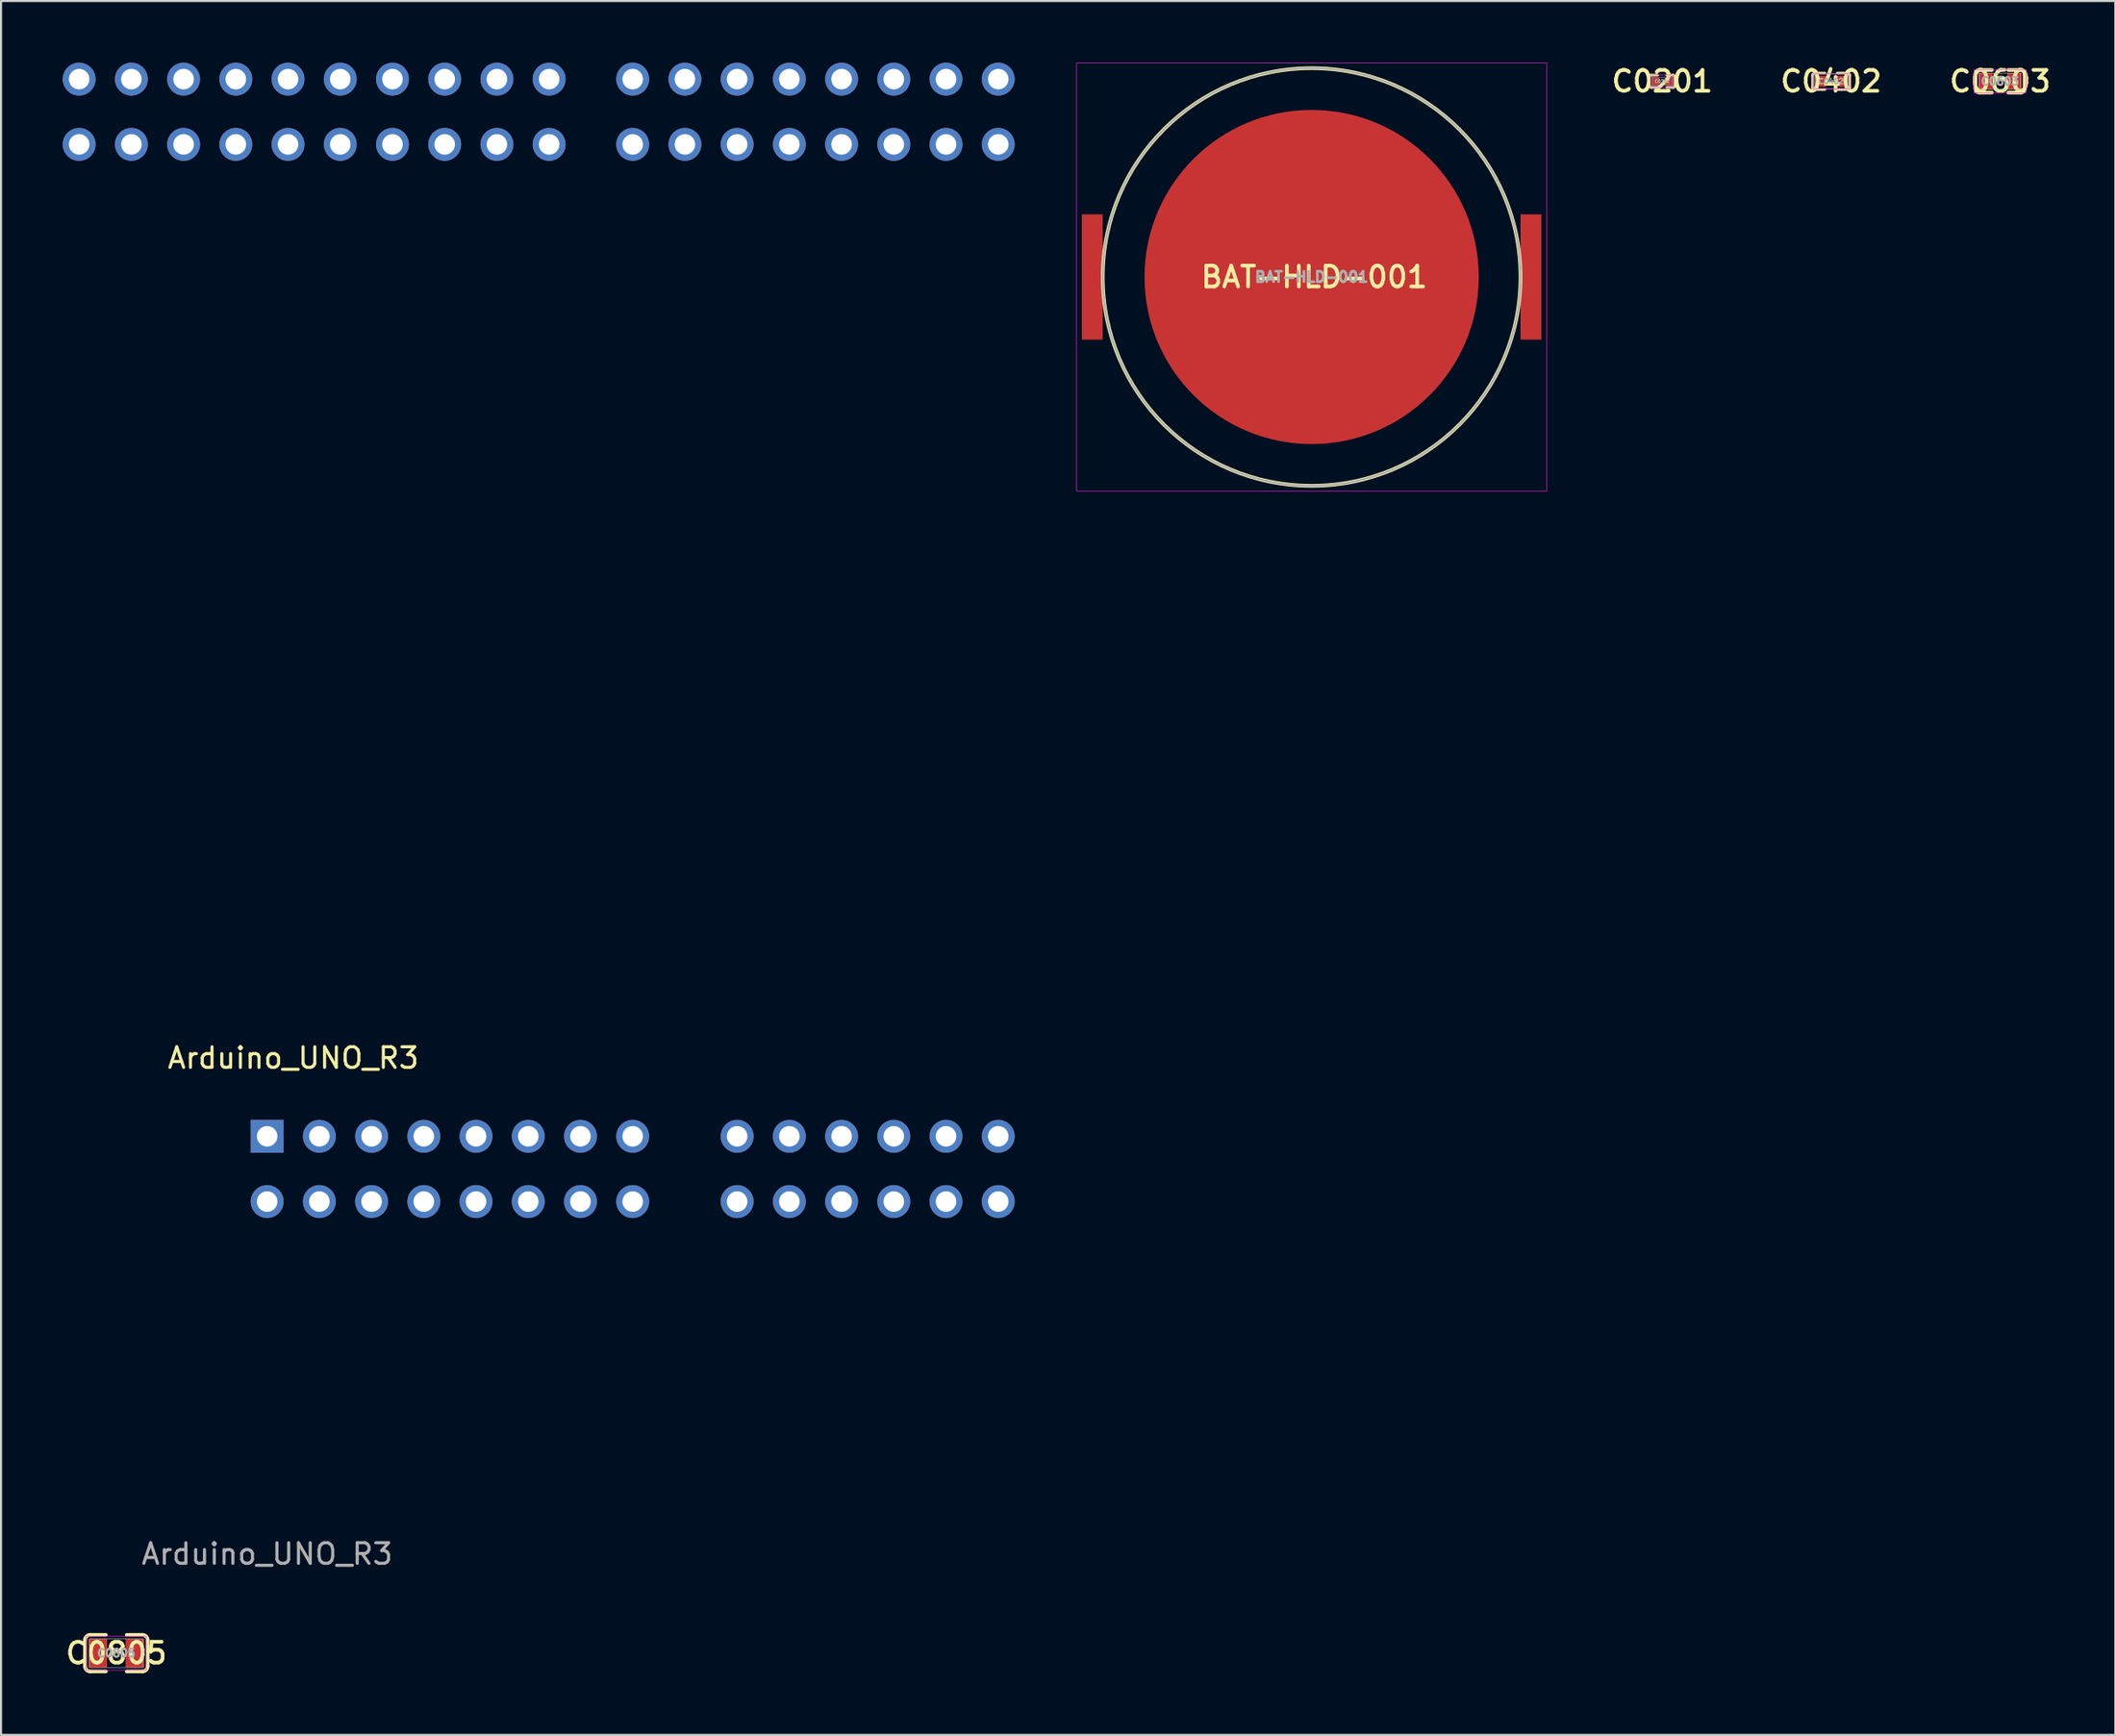
<source format=kicad_pcb>
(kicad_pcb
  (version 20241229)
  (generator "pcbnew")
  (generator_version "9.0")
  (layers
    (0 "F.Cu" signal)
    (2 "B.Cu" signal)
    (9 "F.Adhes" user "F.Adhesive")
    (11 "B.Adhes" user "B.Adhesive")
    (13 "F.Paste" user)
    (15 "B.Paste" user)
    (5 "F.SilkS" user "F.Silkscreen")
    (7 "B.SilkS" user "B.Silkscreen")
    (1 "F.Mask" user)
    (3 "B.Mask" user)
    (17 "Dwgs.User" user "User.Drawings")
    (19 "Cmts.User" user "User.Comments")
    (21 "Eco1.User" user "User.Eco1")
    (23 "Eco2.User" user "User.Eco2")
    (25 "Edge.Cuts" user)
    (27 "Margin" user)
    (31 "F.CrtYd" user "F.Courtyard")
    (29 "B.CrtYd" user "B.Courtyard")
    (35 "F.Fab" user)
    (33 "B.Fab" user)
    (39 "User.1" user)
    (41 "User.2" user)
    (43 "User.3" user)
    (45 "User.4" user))
  (footprint "C0402"
    (layer "F.Cu")
    (at 86.014 0.906)
    (property "Reference" "C0402" (at 0 0 0) (layer "F.SilkS") (effects (font (size 1.016 1.016) (thickness 0.178))))
    (attr smd)
    (fp_line (start -0.9 0.3) (end -0.9 -0.3) (stroke (width 0.127) (type solid)) (layer "F.SilkS"))
    (fp_line (start -0.8 0.4) (end -0.3 0.4) (stroke (width 0.127) (type solid)) (layer "F.SilkS"))
    (fp_line (start -0.3 -0.4) (end -0.8 -0.4) (stroke (width 0.127) (type solid)) (layer "F.SilkS"))
    (fp_line (start 0.3 -0.4) (end 0.8 -0.4) (stroke (width 0.127) (type solid)) (layer "F.SilkS"))
    (fp_line (start 0.3 0.4) (end 0.8 0.4) (stroke (width 0.127) (type solid)) (layer "F.SilkS"))
    (fp_line (start 0.9 -0.3) (end 0.9 0.3) (stroke (width 0.127) (type solid)) (layer "F.SilkS"))
    (fp_arc (start -0.9 -0.3) (mid -0.870711 -0.370711) (end -0.8 -0.4) (stroke (width 0.127) (type solid)) (layer "F.SilkS"))
    (fp_arc (start -0.8 0.4) (mid -0.870711 0.370711) (end -0.9 0.3) (stroke (width 0.127) (type solid)) (layer "F.SilkS"))
    (fp_arc (start 0.8 -0.4) (mid 0.870711 -0.370711) (end 0.9 -0.3) (stroke (width 0.127) (type solid)) (layer "F.SilkS"))
    (fp_arc (start 0.9 0.3) (mid 0.870711 0.370711) (end 0.8 0.4) (stroke (width 0.127) (type solid)) (layer "F.SilkS"))
    (fp_rect (start -0.889 -0.381) (end 0.889 0.381) (stroke (width 0.025) (type solid)) (fill no) (layer "F.CrtYd"))
    (fp_rect (start -0.8 -0.35) (end 0.8 0.35) (stroke (width 0.025) (type solid)) (fill no) (layer "F.Fab"))
    (fp_text user "${REFERENCE}" (at 0 0 0) (layer "F.Fab") (effects (font (size 0.254 0.254) (thickness 0.064) (bold yes))))
    (pad "1" smd rect (at -0.5 0) (size 0.54 0.54) (layers "F.Cu" "F.Mask" "F.Paste"))
    (pad "2" smd rect (at 0.5 0) (size 0.54 0.54) (layers "F.Cu" "F.Mask" "F.Paste")))
  (footprint "C0201"
    (layer "F.Cu")
    (at 77.798 0.906)
    (property "Reference" "C0201" (at 0 0 0) (layer "F.SilkS") (effects (font (size 1.016 1.016) (thickness 0.178))))
    (attr smd)
    (fp_line (start -0.625 -0.2) (end -0.625 0.2) (stroke (width 0.127) (type solid)) (layer "F.SilkS"))
    (fp_line (start -0.225 -0.3) (end -0.525 -0.3) (stroke (width 0.127) (type solid)) (layer "F.SilkS"))
    (fp_line (start -0.225 0.3) (end -0.525 0.3) (stroke (width 0.127) (type solid)) (layer "F.SilkS"))
    (fp_line (start 0.525 -0.3) (end 0.225 -0.3) (stroke (width 0.127) (type solid)) (layer "F.SilkS"))
    (fp_line (start 0.525 0.3) (end 0.225 0.3) (stroke (width 0.127) (type solid)) (layer "F.SilkS"))
    (fp_line (start 0.625 -0.2) (end 0.625 0.2) (stroke (width 0.127) (type solid)) (layer "F.SilkS"))
    (fp_arc (start -0.625 -0.2) (mid -0.595711 -0.270711) (end -0.525 -0.3) (stroke (width 0.127) (type solid)) (layer "F.SilkS"))
    (fp_arc (start -0.525 0.3) (mid -0.595711 0.270711) (end -0.625 0.2) (stroke (width 0.127) (type solid)) (layer "F.SilkS"))
    (fp_arc (start 0.525 -0.3) (mid 0.595711 -0.270711) (end 0.625 -0.2) (stroke (width 0.127) (type solid)) (layer "F.SilkS"))
    (fp_arc (start 0.625 0.2) (mid 0.595711 0.270711) (end 0.525 0.3) (stroke (width 0.127) (type solid)) (layer "F.SilkS"))
    (fp_rect (start -0.559 -0.305) (end 0.559 0.305) (stroke (width 0.025) (type solid)) (fill no) (layer "F.CrtYd"))
    (fp_rect (start -0.5 -0.2) (end 0.5 0.2) (stroke (width 0.025) (type solid)) (fill no) (layer "F.Fab"))
    (fp_text user "${REFERENCE}" (at 0 0 0) (layer "F.Fab") (effects (font (size 0.152 0.152) (thickness 0.038) (bold yes))))
    (pad "1" smd rect (at -0.325 0) (size 0.38 0.38) (layers "F.Cu" "F.Mask" "F.Paste"))
    (pad "2" smd rect (at 0.325 0) (size 0.38 0.38) (layers "F.Cu" "F.Mask" "F.Paste")))
  (footprint "BAT-HLD-001"
    (layer "F.Cu")
    (at 60.747 10.427)
    (property "Reference" "BAT-HLD-001" (at 0.127 0 0) (layer "F.SilkS") (effects (font (size 1.016 1.016) (thickness 0.178))))
    (attr smd)
    (fp_circle (center 0 0) (end 10.16 0) (stroke (width 0.178) (type solid)) (fill no) (layer "F.SilkS"))
    (fp_rect (start -11.43 -10.414) (end 11.43 10.414) (stroke (width 0.025) (type solid)) (fill no) (layer "F.CrtYd"))
    (fp_circle (center 0 0) (end 10.16 0) (stroke (width 0.1) (type solid)) (fill no) (layer "F.Fab"))
    (fp_text user "${REFERENCE}" (at 0 0 0) (layer "F.Fab") (effects (font (size 0.508 0.508) (thickness 0.127))))
    (pad "1" smd rect (at -10.668 0) (size 1.016 6.096) (layers "F.Cu" "F.Mask" "F.Paste"))
    (pad "1" smd rect (at 10.668 0) (size 1.016 6.096) (layers "F.Cu" "F.Mask" "F.Paste"))
    (pad "2" smd circle (at 0 0) (size 16.256 16.256) (layers "F.Cu" "F.Mask" "F.Paste")))
  (footprint "C0603"
    (layer "F.Cu")
    (at 94.231 0.906)
    (property "Reference" "C0603" (at 0 0 0) (layer "F.SilkS") (effects (font (size 1.016 1.016) (thickness 0.178))))
    (attr smd)
    (fp_line (start -1.2 -0.35) (end -1.2 0.35) (stroke (width 0.178) (type solid)) (layer "F.SilkS"))
    (fp_line (start -1 0.55) (end -0.4 0.55) (stroke (width 0.178) (type solid)) (layer "F.SilkS"))
    (fp_line (start -0.4 -0.55) (end -1 -0.55) (stroke (width 0.178) (type solid)) (layer "F.SilkS"))
    (fp_line (start 0.4 0.55) (end 1 0.55) (stroke (width 0.178) (type solid)) (layer "F.SilkS"))
    (fp_line (start 1 -0.55) (end 0.4 -0.55) (stroke (width 0.178) (type solid)) (layer "F.SilkS"))
    (fp_line (start 1.2 0.35) (end 1.2 -0.35) (stroke (width 0.178) (type solid)) (layer "F.SilkS"))
    (fp_arc (start -1.2 -0.35) (mid -1.141421 -0.491421) (end -1 -0.55) (stroke (width 0.1778) (type solid)) (layer "F.SilkS"))
    (fp_arc (start -1 0.55) (mid -1.141421 0.491421) (end -1.2 0.35) (stroke (width 0.1778) (type solid)) (layer "F.SilkS"))
    (fp_arc (start 1 -0.55) (mid 1.141421 -0.491421) (end 1.2 -0.35) (stroke (width 0.1778) (type solid)) (layer "F.SilkS"))
    (fp_arc (start 1.2 0.35) (mid 1.141421 0.491421) (end 1 0.55) (stroke (width 0.1778) (type solid)) (layer "F.SilkS"))
    (fp_rect (start -1.27 -0.572) (end 1.27 0.572) (stroke (width 0.025) (type solid)) (fill no) (layer "F.CrtYd"))
    (fp_rect (start -1 -0.4) (end 1 0.4) (stroke (width 0.025) (type solid)) (fill no) (layer "F.Fab"))
    (fp_text user "${REFERENCE}" (at 0 0 0) (layer "F.Fab") (effects (font (size 0.381 0.381) (thickness 0.095))))
    (pad "1" smd rect (at -0.7 0) (size 0.7 0.8) (layers "F.Cu" "F.Mask" "F.Paste"))
    (pad "2" smd rect (at 0.7 0) (size 0.7 0.8) (layers "F.Cu" "F.Mask" "F.Paste"))
    (zone (net_name "") (layer "F.Cu") (hatch edge 0.5) (connect_pads) (min_thickness 0.25) (filled_areas_thickness no) (keepout (tracks allowed) (vias allowed) (pads allowed) (copperpour not_allowed) (footprints allowed)) (placement (enabled no)) (fill) (polygon (pts (xy 94.031 0.406) (xy 94.031 1.406) (xy 94.431 1.406) (xy 94.431 0.406)))))
  (footprint "Arduino_UNO_R3"
    (layer "F.Cu")
    (at 9.944 52.235)
    (property "Reference" "Arduino_UNO_R3" (at 1.27 -3.81 180) (layer "F.SilkS") (effects (font (size 1 1) (thickness 0.15))))
    (attr through_hole)
    (fp_text user "${REFERENCE}" (at 0 20.32 180) (layer "F.Fab") (effects (font (size 1 1) (thickness 0.15))))
    (pad "1" thru_hole rect (at 0 0 90) (size 1.6 1.6) (drill 1) (layers "*.Cu" "*.Mask"))
    (pad "1" thru_hole oval (at 0 3.175 90) (size 1.6 1.6) (drill 1) (layers "*.Cu" "*.Mask"))
    (pad "2" thru_hole oval (at 2.54 0 90) (size 1.6 1.6) (drill 1) (layers "*.Cu" "*.Mask"))
    (pad "2" thru_hole oval (at 2.54 3.175 90) (size 1.6 1.6) (drill 1) (layers "*.Cu" "*.Mask"))
    (pad "3" thru_hole oval (at 5.08 0 90) (size 1.6 1.6) (drill 1) (layers "*.Cu" "*.Mask"))
    (pad "3" thru_hole oval (at 5.08 3.175 90) (size 1.6 1.6) (drill 1) (layers "*.Cu" "*.Mask"))
    (pad "4" thru_hole oval (at 7.62 0 90) (size 1.6 1.6) (drill 1) (layers "*.Cu" "*.Mask"))
    (pad "4" thru_hole oval (at 7.62 3.175 90) (size 1.6 1.6) (drill 1) (layers "*.Cu" "*.Mask"))
    (pad "5" thru_hole oval (at 10.16 0 90) (size 1.6 1.6) (drill 1) (layers "*.Cu" "*.Mask"))
    (pad "5" thru_hole oval (at 10.16 3.175 90) (size 1.6 1.6) (drill 1) (layers "*.Cu" "*.Mask"))
    (pad "6" thru_hole oval (at 12.7 0 90) (size 1.6 1.6) (drill 1) (layers "*.Cu" "*.Mask"))
    (pad "6" thru_hole oval (at 12.7 3.175 90) (size 1.6 1.6) (drill 1) (layers "*.Cu" "*.Mask"))
    (pad "7" thru_hole oval (at 15.24 0 90) (size 1.6 1.6) (drill 1) (layers "*.Cu" "*.Mask"))
    (pad "7" thru_hole oval (at 15.24 3.175 90) (size 1.6 1.6) (drill 1) (layers "*.Cu" "*.Mask"))
    (pad "8" thru_hole oval (at 17.78 0 90) (size 1.6 1.6) (drill 1) (layers "*.Cu" "*.Mask"))
    (pad "8" thru_hole oval (at 17.78 3.175 90) (size 1.6 1.6) (drill 1) (layers "*.Cu" "*.Mask"))
    (pad "9" thru_hole oval (at 22.86 0 90) (size 1.6 1.6) (drill 1) (layers "*.Cu" "*.Mask"))
    (pad "9" thru_hole oval (at 22.86 3.175 90) (size 1.6 1.6) (drill 1) (layers "*.Cu" "*.Mask"))
    (pad "10" thru_hole oval (at 25.4 0 90) (size 1.6 1.6) (drill 1) (layers "*.Cu" "*.Mask"))
    (pad "10" thru_hole oval (at 25.4 3.175 90) (size 1.6 1.6) (drill 1) (layers "*.Cu" "*.Mask"))
    (pad "11" thru_hole oval (at 27.94 0 90) (size 1.6 1.6) (drill 1) (layers "*.Cu" "*.Mask"))
    (pad "11" thru_hole oval (at 27.94 3.175 90) (size 1.6 1.6) (drill 1) (layers "*.Cu" "*.Mask"))
    (pad "12" thru_hole oval (at 30.48 0 90) (size 1.6 1.6) (drill 1) (layers "*.Cu" "*.Mask"))
    (pad "12" thru_hole oval (at 30.48 3.175 90) (size 1.6 1.6) (drill 1) (layers "*.Cu" "*.Mask"))
    (pad "13" thru_hole oval (at 33.02 0 90) (size 1.6 1.6) (drill 1) (layers "*.Cu" "*.Mask"))
    (pad "13" thru_hole oval (at 33.02 3.175 90) (size 1.6 1.6) (drill 1) (layers "*.Cu" "*.Mask"))
    (pad "14" thru_hole oval (at 35.56 0 90) (size 1.6 1.6) (drill 1) (layers "*.Cu" "*.Mask"))
    (pad "14" thru_hole oval (at 35.56 3.175 90) (size 1.6 1.6) (drill 1) (layers "*.Cu" "*.Mask"))
    (pad "15" thru_hole oval (at 35.56 -51.435 90) (size 1.6 1.6) (drill 1) (layers "*.Cu" "*.Mask"))
    (pad "15" thru_hole oval (at 35.56 -48.26 90) (size 1.6 1.6) (drill 1) (layers "*.Cu" "*.Mask"))
    (pad "16" thru_hole oval (at 33.02 -51.435 90) (size 1.6 1.6) (drill 1) (layers "*.Cu" "*.Mask"))
    (pad "16" thru_hole oval (at 33.02 -48.26 90) (size 1.6 1.6) (drill 1) (layers "*.Cu" "*.Mask"))
    (pad "17" thru_hole oval (at 30.48 -51.435 90) (size 1.6 1.6) (drill 1) (layers "*.Cu" "*.Mask"))
    (pad "17" thru_hole oval (at 30.48 -48.26 90) (size 1.6 1.6) (drill 1) (layers "*.Cu" "*.Mask"))
    (pad "18" thru_hole oval (at 27.94 -51.435 90) (size 1.6 1.6) (drill 1) (layers "*.Cu" "*.Mask"))
    (pad "18" thru_hole oval (at 27.94 -48.26 90) (size 1.6 1.6) (drill 1) (layers "*.Cu" "*.Mask"))
    (pad "19" thru_hole oval (at 25.4 -51.435 90) (size 1.6 1.6) (drill 1) (layers "*.Cu" "*.Mask"))
    (pad "19" thru_hole oval (at 25.4 -48.26 90) (size 1.6 1.6) (drill 1) (layers "*.Cu" "*.Mask"))
    (pad "20" thru_hole oval (at 22.86 -51.435 90) (size 1.6 1.6) (drill 1) (layers "*.Cu" "*.Mask"))
    (pad "20" thru_hole oval (at 22.86 -48.26 90) (size 1.6 1.6) (drill 1) (layers "*.Cu" "*.Mask"))
    (pad "21" thru_hole oval (at 20.32 -51.435 90) (size 1.6 1.6) (drill 1) (layers "*.Cu" "*.Mask"))
    (pad "21" thru_hole oval (at 20.32 -48.26 90) (size 1.6 1.6) (drill 1) (layers "*.Cu" "*.Mask"))
    (pad "22" thru_hole oval (at 17.78 -51.435 90) (size 1.6 1.6) (drill 1) (layers "*.Cu" "*.Mask"))
    (pad "22" thru_hole oval (at 17.78 -48.26 90) (size 1.6 1.6) (drill 1) (layers "*.Cu" "*.Mask"))
    (pad "23" thru_hole oval (at 13.716 -51.435 90) (size 1.6 1.6) (drill 1) (layers "*.Cu" "*.Mask"))
    (pad "23" thru_hole oval (at 13.716 -48.26 90) (size 1.6 1.6) (drill 1) (layers "*.Cu" "*.Mask"))
    (pad "24" thru_hole oval (at 11.176 -51.435 90) (size 1.6 1.6) (drill 1) (layers "*.Cu" "*.Mask"))
    (pad "24" thru_hole oval (at 11.176 -48.26 90) (size 1.6 1.6) (drill 1) (layers "*.Cu" "*.Mask"))
    (pad "25" thru_hole oval (at 8.636 -51.435 90) (size 1.6 1.6) (drill 1) (layers "*.Cu" "*.Mask"))
    (pad "25" thru_hole oval (at 8.636 -48.26 90) (size 1.6 1.6) (drill 1) (layers "*.Cu" "*.Mask"))
    (pad "26" thru_hole oval (at 6.096 -51.435 90) (size 1.6 1.6) (drill 1) (layers "*.Cu" "*.Mask"))
    (pad "26" thru_hole oval (at 6.096 -48.26 90) (size 1.6 1.6) (drill 1) (layers "*.Cu" "*.Mask"))
    (pad "27" thru_hole oval (at 3.556 -51.435 90) (size 1.6 1.6) (drill 1) (layers "*.Cu" "*.Mask"))
    (pad "27" thru_hole oval (at 3.556 -48.26 90) (size 1.6 1.6) (drill 1) (layers "*.Cu" "*.Mask"))
    (pad "28" thru_hole oval (at 1.016 -51.435 90) (size 1.6 1.6) (drill 1) (layers "*.Cu" "*.Mask"))
    (pad "28" thru_hole oval (at 1.016 -48.26 90) (size 1.6 1.6) (drill 1) (layers "*.Cu" "*.Mask"))
    (pad "29" thru_hole oval (at -1.524 -51.435 90) (size 1.6 1.6) (drill 1) (layers "*.Cu" "*.Mask"))
    (pad "29" thru_hole oval (at -1.524 -48.26 90) (size 1.6 1.6) (drill 1) (layers "*.Cu" "*.Mask"))
    (pad "30" thru_hole oval (at -4.064 -51.435 90) (size 1.6 1.6) (drill 1) (layers "*.Cu" "*.Mask"))
    (pad "30" thru_hole oval (at -4.064 -48.26 90) (size 1.6 1.6) (drill 1) (layers "*.Cu" "*.Mask"))
    (pad "31" thru_hole oval (at -6.604 -51.435 90) (size 1.6 1.6) (drill 1) (layers "*.Cu" "*.Mask"))
    (pad "31" thru_hole oval (at -6.604 -48.26 90) (size 1.6 1.6) (drill 1) (layers "*.Cu" "*.Mask"))
    (pad "32" thru_hole oval (at -9.144 -51.435 90) (size 1.6 1.6) (drill 1) (layers "*.Cu" "*.Mask"))
    (pad "32" thru_hole oval (at -9.144 -48.26 90) (size 1.6 1.6) (drill 1) (layers "*.Cu" "*.Mask")))
  (footprint "C0805"
    (layer "F.Cu")
    (at 2.608 77.381)
    (property "Reference" "C0805" (at 0 0 0) (layer "F.SilkS") (effects (font (size 1.016 1.016) (thickness 0.178))))
    (attr smd)
    (fp_line (start -1.524 -0.635) (end -1.524 0.635) (stroke (width 0.178) (type solid)) (layer "F.SilkS"))
    (fp_line (start -1.27 -0.889) (end -0.508 -0.889) (stroke (width 0.178) (type solid)) (layer "F.SilkS"))
    (fp_line (start -1.27 0.889) (end -0.508 0.889) (stroke (width 0.178) (type solid)) (layer "F.SilkS"))
    (fp_line (start 0.508 -0.889) (end 1.27 -0.889) (stroke (width 0.178) (type solid)) (layer "F.SilkS"))
    (fp_line (start 0.508 0.889) (end 1.27 0.889) (stroke (width 0.178) (type solid)) (layer "F.SilkS"))
    (fp_line (start 1.524 -0.635) (end 1.524 0.635) (stroke (width 0.178) (type solid)) (layer "F.SilkS"))
    (fp_arc (start -1.524 -0.635) (mid -1.449605 -0.814605) (end -1.27 -0.889) (stroke (width 0.1778) (type solid)) (layer "F.SilkS"))
    (fp_arc (start -1.27 0.889) (mid -1.449605 0.814605) (end -1.524 0.635) (stroke (width 0.1778) (type solid)) (layer "F.SilkS"))
    (fp_arc (start 1.27 -0.889) (mid 1.449605 -0.814605) (end 1.524 -0.635) (stroke (width 0.1778) (type solid)) (layer "F.SilkS"))
    (fp_arc (start 1.524 0.635) (mid 1.449605 0.814605) (end 1.27 0.889) (stroke (width 0.1778) (type solid)) (layer "F.SilkS"))
    (fp_rect (start -1.46 -0.826) (end 1.46 0.826) (stroke (width 0.025) (type solid)) (fill no) (layer "F.CrtYd"))
    (fp_rect (start -1.3 -0.7) (end 1.3 0.7) (stroke (width 0.025) (type solid)) (fill no) (layer "F.Fab"))
    (fp_text user "${REFERENCE}" (at 0 0 0) (layer "F.Fab") (effects (font (size 0.381 0.381) (thickness 0.095))))
    (pad "1" smd rect (at -0.9 0) (size 0.9 1.4) (layers "F.Cu" "F.Mask" "F.Paste"))
    (pad "2" smd rect (at 0.9 0) (size 0.9 1.4) (layers "F.Cu" "F.Mask" "F.Paste"))
    (zone (net_name "") (layer "F.Cu") (hatch full 0.5) (connect_pads) (min_thickness 0.25) (filled_areas_thickness no) (keepout (tracks allowed) (vias allowed) (pads allowed) (copperpour not_allowed) (footprints allowed)) (placement (enabled no)) (fill) (polygon (pts (xy 2.408 76.681) (xy 2.408 78.081) (xy 2.808 78.081) (xy 2.808 76.681)))))
  (gr_rect
    (start -3 -3)
    (end 99.839 81.359)
    (stroke (width 0.1) (type default))
    (fill no)
    (layer "Edge.Cuts")))
</source>
